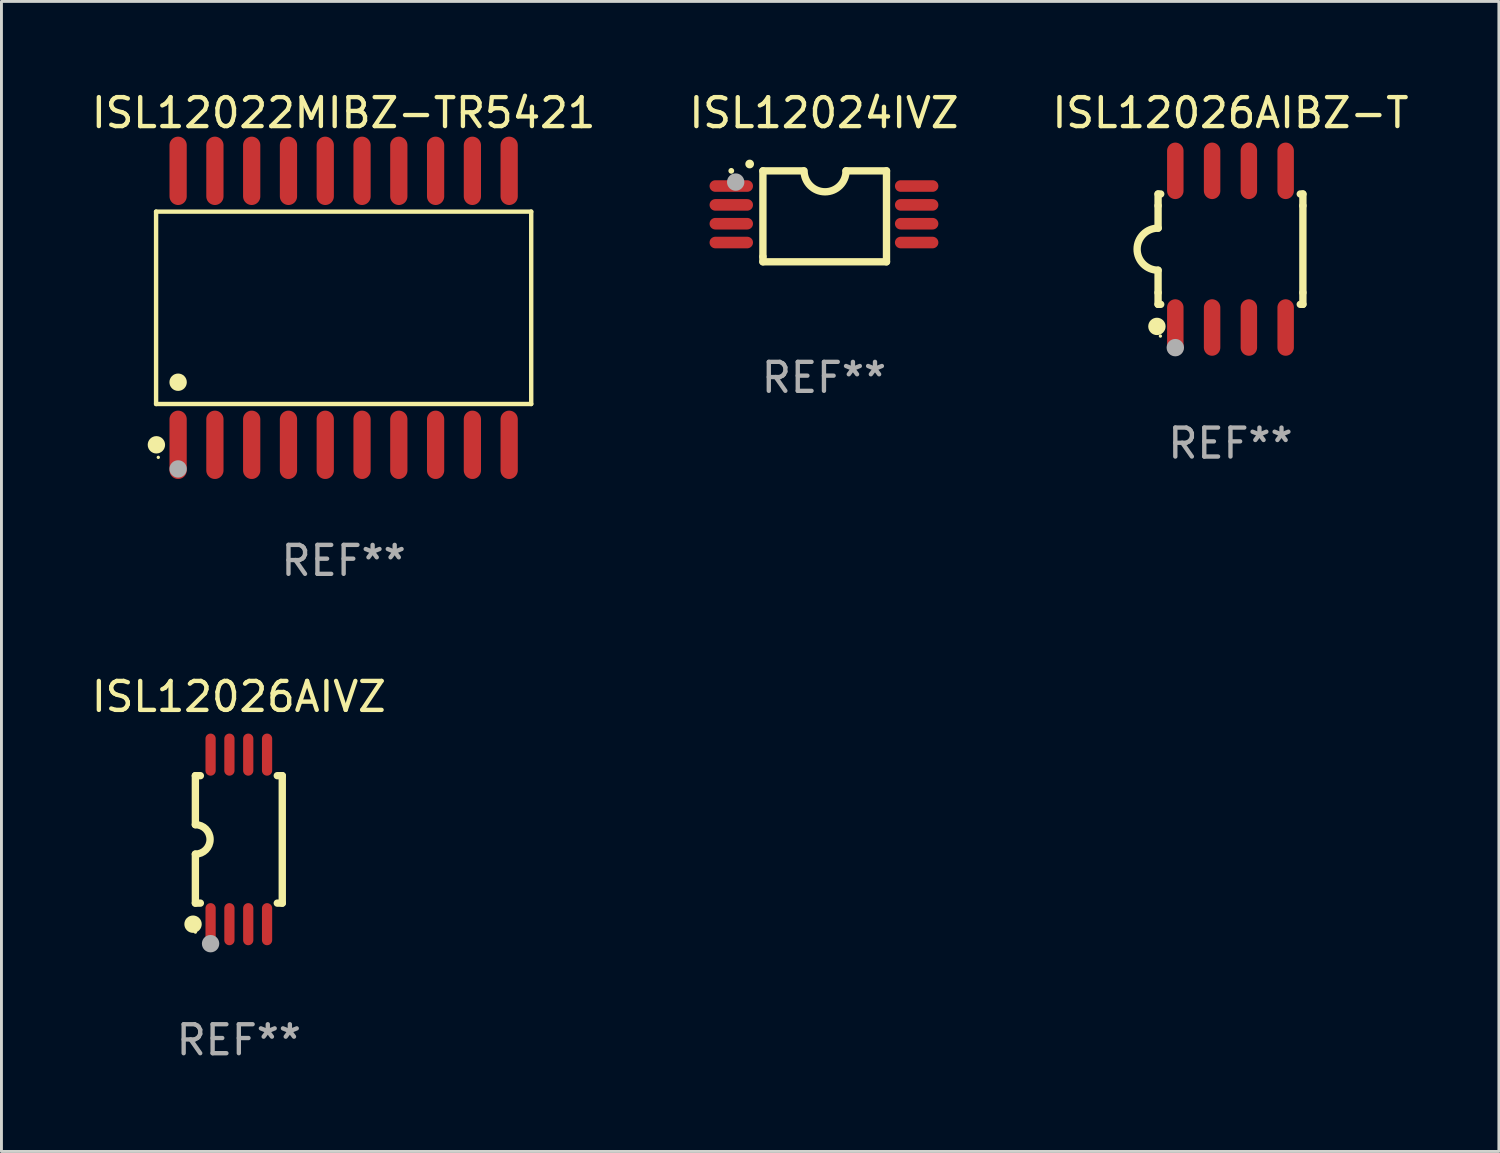
<source format=kicad_pcb>
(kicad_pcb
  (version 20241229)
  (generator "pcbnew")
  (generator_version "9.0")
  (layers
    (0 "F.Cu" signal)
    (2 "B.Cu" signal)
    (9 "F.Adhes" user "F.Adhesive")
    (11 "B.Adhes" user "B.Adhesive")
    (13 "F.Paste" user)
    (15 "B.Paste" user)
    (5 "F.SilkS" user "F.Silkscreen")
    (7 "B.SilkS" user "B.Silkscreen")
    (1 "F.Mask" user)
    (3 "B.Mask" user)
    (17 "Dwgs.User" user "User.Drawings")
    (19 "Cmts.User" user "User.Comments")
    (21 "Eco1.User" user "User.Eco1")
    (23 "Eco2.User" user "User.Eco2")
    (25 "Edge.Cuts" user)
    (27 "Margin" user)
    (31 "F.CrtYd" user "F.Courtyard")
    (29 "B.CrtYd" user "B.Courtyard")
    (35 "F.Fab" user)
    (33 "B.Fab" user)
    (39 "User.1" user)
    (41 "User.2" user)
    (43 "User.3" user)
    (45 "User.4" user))
  (footprint "ISL12026AIBZ-T"
    (layer "F.Cu")
    (at 39.435 5.553)
    (property "Reference" "ISL12026AIBZ-T" (at 0 -4.705 0) (layer "F.SilkS") (effects (font (size 1 1) (thickness 0.15))))
    (attr through_hole)
    (fp_line (start -2.5 -1.905) (end -2.409 -1.905) (stroke (width 0.254) (type solid)) (layer "F.SilkS"))
    (fp_line (start -2.5 -1.5) (end -2.5 -1.905) (stroke (width 0.254) (type solid)) (layer "F.SilkS"))
    (fp_line (start -2.5 -1.5) (end -2.5 -0.726) (stroke (width 0.254) (type solid)) (layer "F.SilkS"))
    (fp_line (start -2.5 1.5) (end -2.5 0.727) (stroke (width 0.254) (type solid)) (layer "F.SilkS"))
    (fp_line (start -2.5 1.5) (end -2.5 1.905) (stroke (width 0.254) (type solid)) (layer "F.SilkS"))
    (fp_line (start -2.5 1.905) (end -2.409 1.905) (stroke (width 0.254) (type solid)) (layer "F.SilkS"))
    (fp_line (start 2.5 -1.905) (end 2.409 -1.905) (stroke (width 0.254) (type solid)) (layer "F.SilkS"))
    (fp_line (start 2.5 -1.5) (end 2.5 -1.905) (stroke (width 0.254) (type solid)) (layer "F.SilkS"))
    (fp_line (start 2.5 -1.5) (end 2.5 1.5) (stroke (width 0.254) (type solid)) (layer "F.SilkS"))
    (fp_line (start 2.5 1.5) (end 2.5 1.905) (stroke (width 0.254) (type solid)) (layer "F.SilkS"))
    (fp_line (start 2.5 1.905) (end 2.409 1.905) (stroke (width 0.254) (type solid)) (layer "F.SilkS"))
    (fp_arc (start -2.5 0.726568) (mid -3.220316 -0.0023) (end -2.495097 -0.726289) (stroke (width 0.254001) (type solid)) (layer "F.SilkS"))
    (fp_circle (center -2.54 2.667) (end -2.39 2.667) (stroke (width 0.3) (type solid)) (fill no) (layer "F.SilkS"))
    (fp_circle (center -2.42 3) (end -2.39 3) (stroke (width 0.06) (type solid)) (fill no) (layer "F.SilkS"))
    (fp_circle (center -1.905 3.4) (end -1.755 3.4) (stroke (width 0.3) (type solid)) (fill no) (layer "F.Fab"))
    (fp_text user "REF**" (at 0 6.705 0) (layer "F.Fab") (effects (font (size 1 1) (thickness 0.15))))
    (pad "1" smd oval (at -1.905 2.705) (size 0.568 1.95) (layers "F.Cu" "F.Mask" "F.Paste"))
    (pad "2" smd oval (at -0.635 2.705) (size 0.568 1.95) (layers "F.Cu" "F.Mask" "F.Paste"))
    (pad "3" smd oval (at 0.635 2.705) (size 0.568 1.95) (layers "F.Cu" "F.Mask" "F.Paste"))
    (pad "4" smd oval (at 1.905 2.705) (size 0.568 1.95) (layers "F.Cu" "F.Mask" "F.Paste"))
    (pad "5" smd oval (at 1.905 -2.705) (size 0.568 1.95) (layers "F.Cu" "F.Mask" "F.Paste"))
    (pad "6" smd oval (at 0.635 -2.705) (size 0.568 1.95) (layers "F.Cu" "F.Mask" "F.Paste"))
    (pad "7" smd oval (at -0.635 -2.705) (size 0.568 1.95) (layers "F.Cu" "F.Mask" "F.Paste"))
    (pad "8" smd oval (at -1.905 -2.705) (size 0.568 1.95) (layers "F.Cu" "F.Mask" "F.Paste")))
  (footprint "ISL12022MIBZ-TR5421"
    (layer "F.Cu")
    (at 8.815 7.578)
    (property "Reference" "ISL12022MIBZ-TR5421" (at 0 -6.73 0) (layer "F.SilkS") (effects (font (size 1 1) (thickness 0.15))))
    (attr through_hole)
    (fp_line (start -6.476 -3.321) (end 6.476 -3.321) (stroke (width 0.152) (type solid)) (layer "F.SilkS"))
    (fp_line (start -6.476 3.321) (end -6.476 -3.321) (stroke (width 0.152) (type solid)) (layer "F.SilkS"))
    (fp_line (start 6.476 -3.321) (end 6.476 3.321) (stroke (width 0.152) (type solid)) (layer "F.SilkS"))
    (fp_line (start 6.476 3.321) (end -6.476 3.321) (stroke (width 0.152) (type solid)) (layer "F.SilkS"))
    (fp_circle (center -6.465 4.73) (end -6.315 4.73) (stroke (width 0.3) (type solid)) (fill no) (layer "F.SilkS"))
    (fp_circle (center -6.4 5.163) (end -6.37 5.163) (stroke (width 0.06) (type solid)) (fill no) (layer "F.SilkS"))
    (fp_circle (center -5.715 2.569) (end -5.565 2.569) (stroke (width 0.3) (type solid)) (fill no) (layer "F.SilkS"))
    (fp_circle (center -5.715 5.563) (end -5.565 5.563) (stroke (width 0.3) (type solid)) (fill no) (layer "F.Fab"))
    (fp_text user "REF**" (at 0 8.73 0) (layer "F.Fab") (effects (font (size 1 1) (thickness 0.15))))
    (pad "1" smd oval (at -5.715 4.73) (size 0.595 2.36) (layers "F.Cu" "F.Mask" "F.Paste"))
    (pad "2" smd oval (at -4.445 4.73) (size 0.595 2.36) (layers "F.Cu" "F.Mask" "F.Paste"))
    (pad "3" smd oval (at -3.175 4.73) (size 0.595 2.36) (layers "F.Cu" "F.Mask" "F.Paste"))
    (pad "4" smd oval (at -1.905 4.73) (size 0.595 2.36) (layers "F.Cu" "F.Mask" "F.Paste"))
    (pad "5" smd oval (at -0.635 4.73) (size 0.595 2.36) (layers "F.Cu" "F.Mask" "F.Paste"))
    (pad "6" smd oval (at 0.635 4.73) (size 0.595 2.36) (layers "F.Cu" "F.Mask" "F.Paste"))
    (pad "7" smd oval (at 1.905 4.73) (size 0.595 2.36) (layers "F.Cu" "F.Mask" "F.Paste"))
    (pad "8" smd oval (at 3.175 4.73) (size 0.595 2.36) (layers "F.Cu" "F.Mask" "F.Paste"))
    (pad "9" smd oval (at 4.445 4.73) (size 0.595 2.36) (layers "F.Cu" "F.Mask" "F.Paste"))
    (pad "10" smd oval (at 5.715 4.73) (size 0.595 2.36) (layers "F.Cu" "F.Mask" "F.Paste"))
    (pad "11" smd oval (at 5.715 -4.73) (size 0.595 2.36) (layers "F.Cu" "F.Mask" "F.Paste"))
    (pad "12" smd oval (at 4.445 -4.73) (size 0.595 2.36) (layers "F.Cu" "F.Mask" "F.Paste"))
    (pad "13" smd oval (at 3.175 -4.73) (size 0.595 2.36) (layers "F.Cu" "F.Mask" "F.Paste"))
    (pad "14" smd oval (at 1.905 -4.73) (size 0.595 2.36) (layers "F.Cu" "F.Mask" "F.Paste"))
    (pad "15" smd oval (at 0.635 -4.73) (size 0.595 2.36) (layers "F.Cu" "F.Mask" "F.Paste"))
    (pad "16" smd oval (at -0.635 -4.73) (size 0.595 2.36) (layers "F.Cu" "F.Mask" "F.Paste"))
    (pad "17" smd oval (at -1.905 -4.73) (size 0.595 2.36) (layers "F.Cu" "F.Mask" "F.Paste"))
    (pad "18" smd oval (at -3.175 -4.73) (size 0.595 2.36) (layers "F.Cu" "F.Mask" "F.Paste"))
    (pad "19" smd oval (at -4.445 -4.73) (size 0.595 2.36) (layers "F.Cu" "F.Mask" "F.Paste"))
    (pad "20" smd oval (at -5.715 -4.73) (size 0.595 2.36) (layers "F.Cu" "F.Mask" "F.Paste")))
  (footprint "ISL12024IVZ"
    (layer "F.Cu")
    (at 25.399 4.419)
    (property "Reference" "ISL12024IVZ" (at 0 -3.57 0) (layer "F.SilkS") (effects (font (size 1 1) (thickness 0.15))))
    (attr through_hole)
    (fp_line (start -2.108 -1.57) (end -0.711 -1.57) (stroke (width 0.254) (type solid)) (layer "F.SilkS"))
    (fp_line (start -2.108 -1.57) (end -2.108 1.393) (stroke (width 0.254) (type solid)) (layer "F.SilkS"))
    (fp_line (start -2.108 1.393) (end -2.108 1.57) (stroke (width 0.254) (type solid)) (layer "F.SilkS"))
    (fp_line (start -2.108 1.57) (end 2.159 1.57) (stroke (width 0.254) (type solid)) (layer "F.SilkS"))
    (fp_line (start 0.762 -1.57) (end 2.159 -1.57) (stroke (width 0.254) (type solid)) (layer "F.SilkS"))
    (fp_line (start 2.159 1.57) (end 2.159 -1.57) (stroke (width 0.254) (type solid)) (layer "F.SilkS"))
    (fp_arc (start -2.565405 -1.805169) (mid -2.56541 -1.806439) (end -2.565405 -1.807709) (stroke (width 0.3) (type solid)) (layer "F.SilkS"))
    (fp_arc (start 0.762002 -1.570498) (mid 0.0381 -0.846596) (end -0.685802 -1.570498) (stroke (width 0.254001) (type solid)) (layer "F.SilkS"))
    (fp_circle (center -3.2 -1.57) (end -3.15 -1.57) (stroke (width 0.1) (type solid)) (fill no) (layer "F.SilkS"))
    (fp_circle (center -3.048 -1.183) (end -2.898 -1.183) (stroke (width 0.3) (type solid)) (fill no) (layer "F.Fab"))
    (fp_text user "REF**" (at 0 5.57 0) (layer "F.Fab") (effects (font (size 1 1) (thickness 0.15))))
    (pad "1" smd oval (at -3.2 -1.046 90) (size 0.4 1.5) (layers "F.Cu" "F.Mask" "F.Paste"))
    (pad "2" smd oval (at -3.2 -0.395 90) (size 0.4 1.5) (layers "F.Cu" "F.Mask" "F.Paste"))
    (pad "3" smd oval (at -3.2 0.255 90) (size 0.4 1.5) (layers "F.Cu" "F.Mask" "F.Paste"))
    (pad "4" smd oval (at -3.2 0.905 90) (size 0.4 1.5) (layers "F.Cu" "F.Mask" "F.Paste"))
    (pad "5" smd oval (at 3.2 0.905 90) (size 0.4 1.5) (layers "F.Cu" "F.Mask" "F.Paste"))
    (pad "6" smd oval (at 3.2 0.255 90) (size 0.4 1.5) (layers "F.Cu" "F.Mask" "F.Paste"))
    (pad "7" smd oval (at 3.2 -0.395 90) (size 0.4 1.5) (layers "F.Cu" "F.Mask" "F.Paste"))
    (pad "8" smd oval (at 3.2 -1.046 90) (size 0.4 1.5) (layers "F.Cu" "F.Mask" "F.Paste")))
  (footprint "ISL12026AIVZ"
    (layer "F.Cu")
    (at 5.196 25.932)
    (property "Reference" "ISL12026AIVZ" (at 0 -4.927 0) (layer "F.SilkS") (effects (font (size 1 1) (thickness 0.15))))
    (attr through_hole)
    (fp_line (start -1.5 -2.2) (end -1.5 -0.508) (stroke (width 0.254) (type solid)) (layer "F.SilkS"))
    (fp_line (start -1.5 -2.2) (end -1.328 -2.2) (stroke (width 0.254) (type solid)) (layer "F.SilkS"))
    (fp_line (start -1.5 2.2) (end -1.5 0.508) (stroke (width 0.254) (type solid)) (layer "F.SilkS"))
    (fp_line (start -1.5 2.2) (end -1.328 2.2) (stroke (width 0.254) (type solid)) (layer "F.SilkS"))
    (fp_line (start 1.328 -2.2) (end 1.5 -2.2) (stroke (width 0.254) (type solid)) (layer "F.SilkS"))
    (fp_line (start 1.328 2.2) (end 1.5 2.2) (stroke (width 0.254) (type solid)) (layer "F.SilkS"))
    (fp_line (start 1.5 -2.2) (end 1.5 2.2) (stroke (width 0.254) (type solid)) (layer "F.SilkS"))
    (fp_arc (start -1.501144 -0.508) (mid -0.993143 -0.000571) (end -1.5 0.508001) (stroke (width 0.254001) (type solid)) (layer "F.SilkS"))
    (fp_circle (center -1.581 2.927) (end -1.431 2.927) (stroke (width 0.3) (type solid)) (fill no) (layer "F.SilkS"))
    (fp_circle (center -1.5 3.2) (end -1.47 3.2) (stroke (width 0.06) (type solid)) (fill no) (layer "F.SilkS"))
    (fp_circle (center -0.975 3.6) (end -0.825 3.6) (stroke (width 0.3) (type solid)) (fill no) (layer "F.Fab"))
    (fp_text user "REF**" (at 0 6.927 0) (layer "F.Fab") (effects (font (size 1 1) (thickness 0.15))))
    (pad "1" smd oval (at -0.975 2.927) (size 0.353 1.454) (layers "F.Cu" "F.Mask" "F.Paste"))
    (pad "2" smd oval (at -0.325 2.927) (size 0.353 1.454) (layers "F.Cu" "F.Mask" "F.Paste"))
    (pad "3" smd oval (at 0.325 2.927) (size 0.353 1.454) (layers "F.Cu" "F.Mask" "F.Paste"))
    (pad "4" smd oval (at 0.975 2.927) (size 0.353 1.454) (layers "F.Cu" "F.Mask" "F.Paste"))
    (pad "5" smd oval (at 0.975 -2.927) (size 0.353 1.454) (layers "F.Cu" "F.Mask" "F.Paste"))
    (pad "6" smd oval (at 0.325 -2.927) (size 0.353 1.454) (layers "F.Cu" "F.Mask" "F.Paste"))
    (pad "7" smd oval (at -0.325 -2.927) (size 0.353 1.454) (layers "F.Cu" "F.Mask" "F.Paste"))
    (pad "8" smd oval (at -0.975 -2.927) (size 0.353 1.454) (layers "F.Cu" "F.Mask" "F.Paste")))
  (gr_rect
    (start -3 -3)
    (end 48.702 36.707)
    (stroke (width 0.1) (type default))
    (fill no)
    (layer "Edge.Cuts")))
</source>
